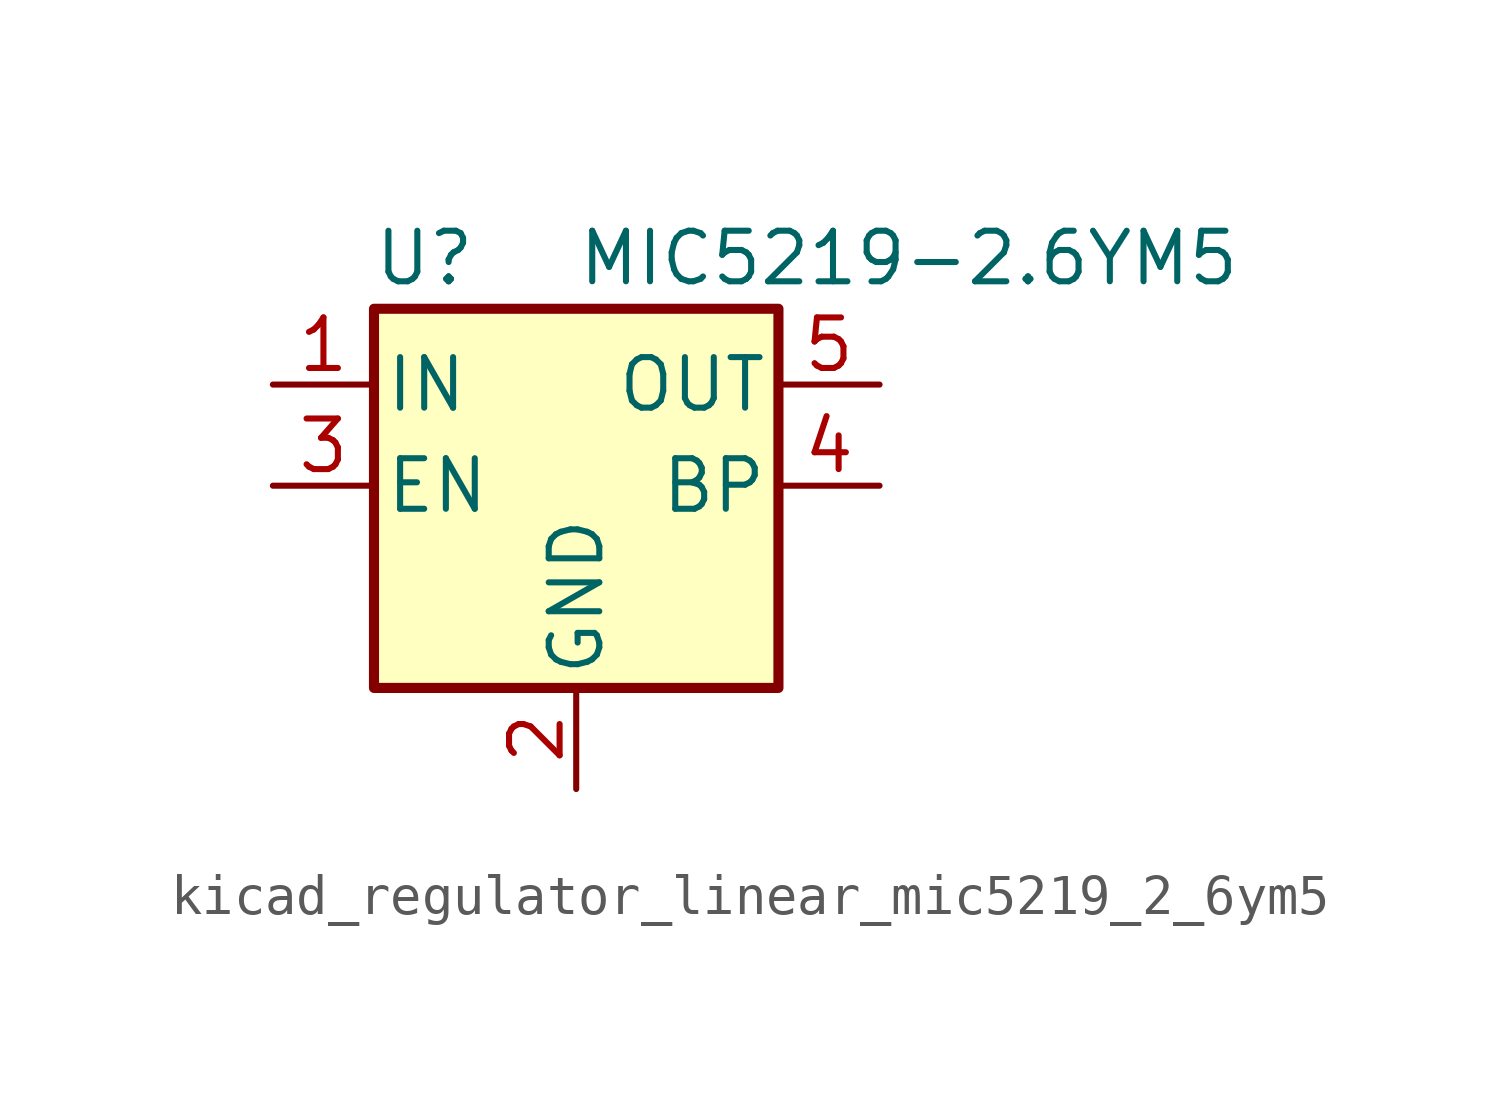
<source format=kicad_sym>
(kicad_symbol_lib
  (version 20220914)
  (generator kicad_symbol_editor)
  (symbol "kicad_regulator_linear_mic5219_2_6ym5"
    (pin_names
      (offset 0.254))
    (property "Reference" "U"
      (at -3.81 5.715 0)
      (effects (font (size 1.27 1.27))))
    (property "Value" "MIC5219-2.6YM5"
      (at 0 5.715 0)
      (effects (font (size 1.27 1.27)) (justify left)))
    (symbol "kicad_regulator_linear_mic5219_2_6ym5_0_1"
      (rectangle (start -5.08 4.445) (end 5.08 -5.08) (stroke (width 0.254) (type default)) (fill (type background))))
    (symbol "kicad_regulator_linear_mic5219_2_6ym5_1_1"
      (pin power_in line (at -7.62 2.54 0) (length 2.54) (name "IN" (effects (font (size 1.27 1.27)))) (number "1" (effects (font (size 1.27 1.27)))))
      (pin power_in line (at 0 -7.62 90) (length 2.54) (name "GND" (effects (font (size 1.27 1.27)))) (number "2" (effects (font (size 1.27 1.27)))))
      (pin input line (at -7.62 0 0) (length 2.54) (name "EN" (effects (font (size 1.27 1.27)))) (number "3" (effects (font (size 1.27 1.27)))))
      (pin input line (at 7.62 0 180) (length 2.54) (name "BP" (effects (font (size 1.27 1.27)))) (number "4" (effects (font (size 1.27 1.27)))))
      (pin power_out line (at 7.62 2.54 180) (length 2.54) (name "OUT" (effects (font (size 1.27 1.27)))) (number "5" (effects (font (size 1.27 1.27))))))))
</source>
